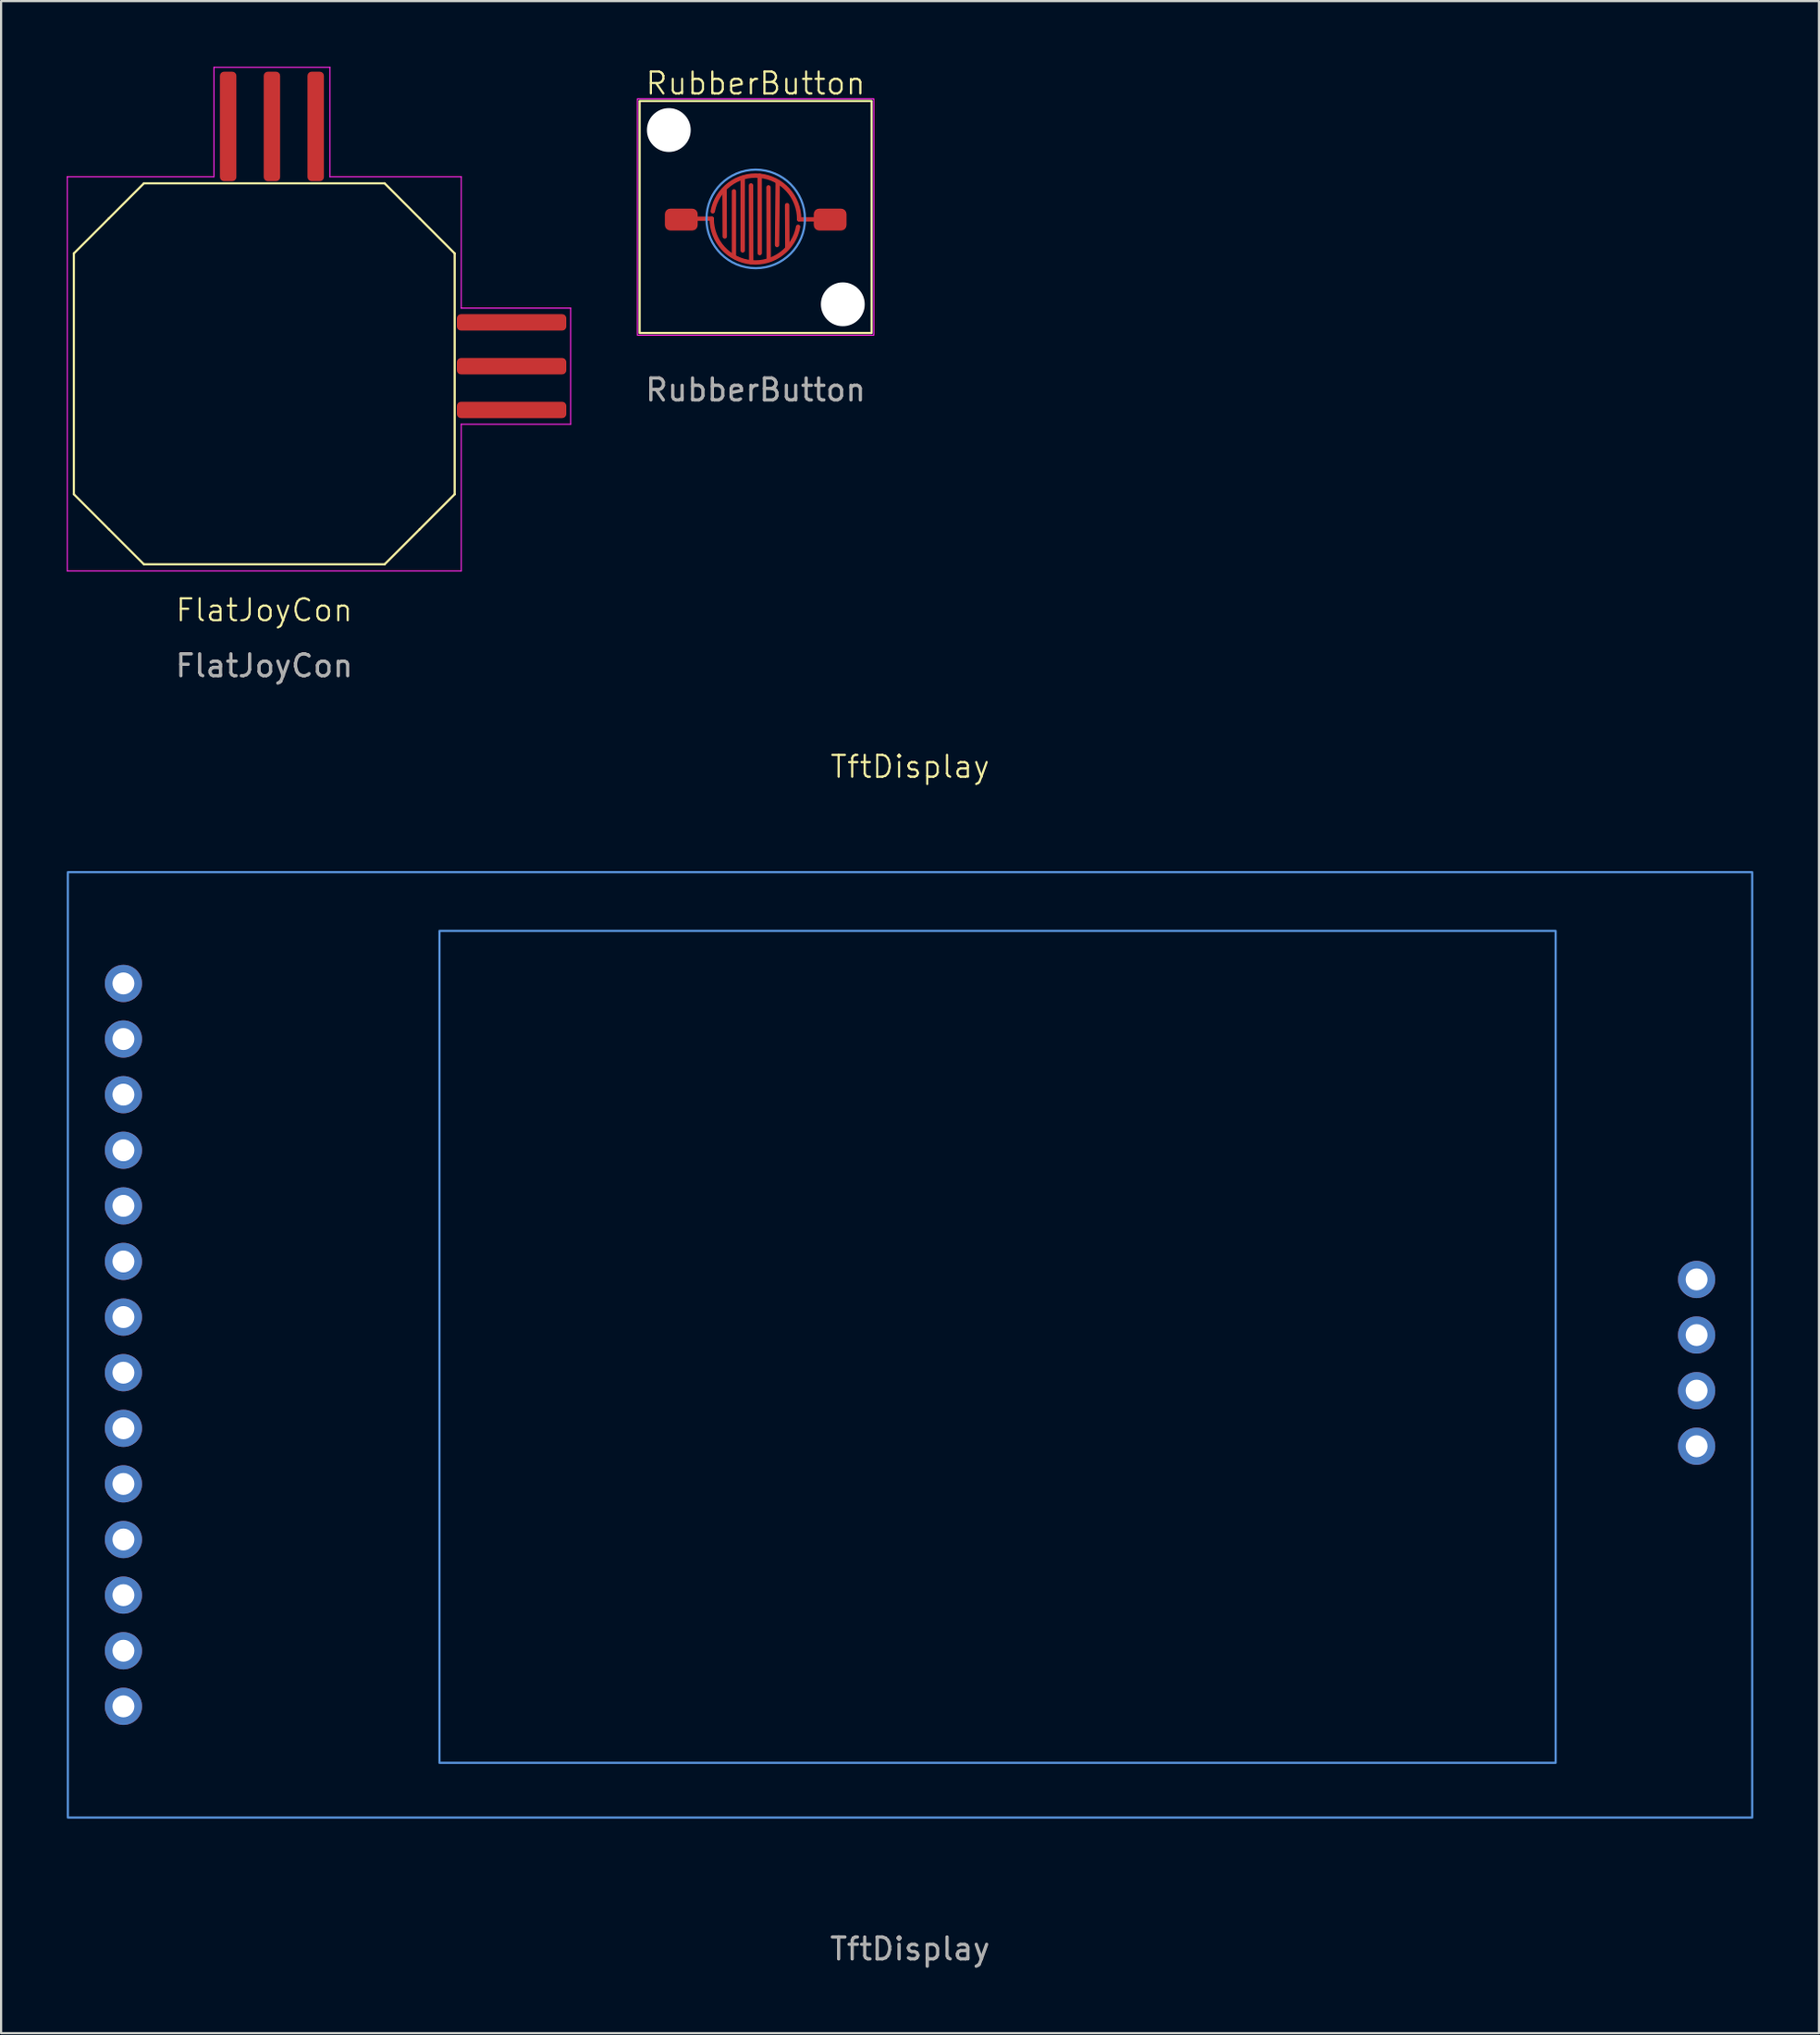
<source format=kicad_pcb>
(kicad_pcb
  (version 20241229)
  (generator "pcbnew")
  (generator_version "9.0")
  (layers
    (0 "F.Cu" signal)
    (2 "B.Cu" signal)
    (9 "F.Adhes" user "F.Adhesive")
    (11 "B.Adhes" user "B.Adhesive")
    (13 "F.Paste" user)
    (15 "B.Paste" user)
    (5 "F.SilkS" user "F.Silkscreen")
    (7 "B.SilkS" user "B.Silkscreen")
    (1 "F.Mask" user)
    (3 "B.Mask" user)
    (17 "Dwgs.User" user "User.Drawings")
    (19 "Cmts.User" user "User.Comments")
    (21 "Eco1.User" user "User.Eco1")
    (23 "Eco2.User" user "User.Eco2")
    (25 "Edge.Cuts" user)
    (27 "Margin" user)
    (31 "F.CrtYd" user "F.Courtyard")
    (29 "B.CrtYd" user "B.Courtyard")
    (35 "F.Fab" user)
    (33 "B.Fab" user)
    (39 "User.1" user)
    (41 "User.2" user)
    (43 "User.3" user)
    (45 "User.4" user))
  (footprint "RubberButton"
    (layer "F.Cu")
    (at 31.475 6.96)
    (property "Reference" "RubberButton" (at 0 -6.2 0) (unlocked yes) (layer "F.SilkS") (effects (font (size 1 1) (thickness 0.1))))
    (attr smd)
    (fp_line (start -2.004 -0.021) (end -2.735 -0.02) (stroke (width 0.2) (type default)) (layer "F.Cu"))
    (fp_line (start -1.42 -1.33) (end -1.41 0.79) (stroke (width 0.2) (type default)) (layer "F.Cu"))
    (fp_line (start -0.99 1.67) (end -0.99 -1.27) (stroke (width 0.2) (type default)) (layer "F.Cu"))
    (fp_line (start -0.59 -1.87) (end -0.59 1.43) (stroke (width 0.2) (type default)) (layer "F.Cu"))
    (fp_line (start -0.2 1.97) (end -0.21 -1.54) (stroke (width 0.2) (type default)) (layer "F.Cu"))
    (fp_line (start 0.186 -1.981) (end 0.19 1.55) (stroke (width 0.2) (type default)) (layer "F.Cu"))
    (fp_line (start 0.6 1.85) (end 0.59 -1.45) (stroke (width 0.2) (type default)) (layer "F.Cu"))
    (fp_line (start 1.01 -1.7) (end 0.98 1.18) (stroke (width 0.2) (type default)) (layer "F.Cu"))
    (fp_line (start 1.45 1.28) (end 1.44 -0.64) (stroke (width 0.2) (type default)) (layer "F.Cu"))
    (fp_line (start 1.99 0.01) (end 2.905 0.01) (stroke (width 0.2) (type default)) (layer "F.Cu"))
    (fp_arc (start -1.957245 -0.35971) (mid 0.185579 -1.981353) (end 1.99 0.01) (stroke (width 0.2) (type default)) (layer "F.Cu"))
    (fp_arc (start 1.942824 0.348357) (mid -0.2 1.97) (end -2.004421 -0.021353) (stroke (width 0.2) (type default)) (layer "F.Cu"))
    (fp_circle (center 0.005 -0.01) (end 2.255 -0.01) (stroke (width 0.1) (type solid)) (fill yes) (layer "F.Mask"))
    (fp_rect (start -5.3 -5.4) (end 5.3 5.2) (stroke (width 0.1) (type default)) (fill no) (layer "F.SilkS"))
    (fp_circle (center 0.005 -0.01) (end 2.255 -0.01) (stroke (width 0.1) (type default)) (fill no) (layer "Cmts.User"))
    (fp_rect (start -5.4 -5.5) (end 5.4 5.3) (stroke (width 0.05) (type default)) (fill no) (layer "F.CrtYd"))
    (fp_text user "${REFERENCE}" (at 0 7.8 0) (unlocked yes) (layer "F.Fab") (effects (font (size 1 1) (thickness 0.15))))
    (pad "" np_thru_hole circle (at -3.965 -4.07) (size 2 2) (drill 2) (layers "*.Cu" "*.Mask"))
    (pad "" np_thru_hole circle (at 3.985 3.89) (size 2 2) (drill 2) (layers "*.Cu" "*.Mask"))
    (pad "1" smd roundrect (at -3.395 0.02 180) (size 1.5 1) (layers "F.Cu" "F.Mask" "F.Paste") (roundrect_rratio 0.25))
    (pad "C" smd roundrect (at 3.405 0.02 180) (size 1.5 1) (layers "F.Cu" "F.Mask" "F.Paste") (roundrect_rratio 0.25)))
  (footprint "TftDisplay"
    (layer "F.Cu")
    (at 38.531 58.969)
    (property "Reference" "TftDisplay" (at 0 -27 0) (unlocked yes) (layer "F.SilkS") (effects (font (size 1 1) (thickness 0.1))))
    (attr smd)
    (fp_rect (start -21.5 -19.5) (end 29.5 18.5) (stroke (width 0.1) (type default)) (fill no) (layer "Cmts.User"))
    (fp_rect (start 38.481 21) (end -38.481 -22.18) (stroke (width 0.1) (type default)) (fill no) (layer "Cmts.User"))
    (fp_text user "${REFERENCE}" (at 0 27 0) (unlocked yes) (layer "F.Fab") (effects (font (size 1 1) (thickness 0.15))))
    (pad "1" thru_hole circle (at -35.941 -17.1) (size 1.7 1.7) (drill 1) (layers "*.Cu" "*.Mask"))
    (pad "2" thru_hole circle (at -35.941 -14.56) (size 1.7 1.7) (drill 1) (layers "*.Cu" "*.Mask"))
    (pad "3" thru_hole circle (at -35.941 -12.02) (size 1.7 1.7) (drill 1) (layers "*.Cu" "*.Mask"))
    (pad "4" thru_hole circle (at -35.941 -9.48) (size 1.7 1.7) (drill 1) (layers "*.Cu" "*.Mask"))
    (pad "5" thru_hole circle (at -35.941 -6.94) (size 1.7 1.7) (drill 1) (layers "*.Cu" "*.Mask"))
    (pad "6" thru_hole circle (at -35.941 -4.4) (size 1.7 1.7) (drill 1) (layers "*.Cu" "*.Mask"))
    (pad "7" thru_hole circle (at -35.941 -1.86) (size 1.7 1.7) (drill 1) (layers "*.Cu" "*.Mask"))
    (pad "8" thru_hole circle (at -35.941 0.68) (size 1.7 1.7) (drill 1) (layers "*.Cu" "*.Mask"))
    (pad "9" thru_hole circle (at -35.941 3.22) (size 1.7 1.7) (drill 1) (layers "*.Cu" "*.Mask"))
    (pad "10" thru_hole circle (at -35.941 5.76) (size 1.7 1.7) (drill 1) (layers "*.Cu" "*.Mask"))
    (pad "11" thru_hole circle (at -35.941 8.3) (size 1.7 1.7) (drill 1) (layers "*.Cu" "*.Mask"))
    (pad "12" thru_hole circle (at -35.941 10.84) (size 1.7 1.7) (drill 1) (layers "*.Cu" "*.Mask"))
    (pad "13" thru_hole circle (at -35.941 13.38) (size 1.7 1.7) (drill 1) (layers "*.Cu" "*.Mask"))
    (pad "14" thru_hole circle (at -35.941 15.92) (size 1.7 1.7) (drill 1) (layers "*.Cu" "*.Mask"))
    (pad "15" thru_hole circle (at 35.941 -3.58) (size 1.7 1.7) (drill 1) (layers "*.Cu" "*.Mask"))
    (pad "16" thru_hole circle (at 35.941 -1.04) (size 1.7 1.7) (drill 1) (layers "*.Cu" "*.Mask"))
    (pad "17" thru_hole circle (at 35.941 1.5) (size 1.7 1.7) (drill 1) (layers "*.Cu" "*.Mask"))
    (pad "18" thru_hole circle (at 35.941 4.04) (size 1.7 1.7) (drill 1) (layers "*.Cu" "*.Mask")))
  (footprint "FlatJoyCon"
    (layer "F.Cu")
    (at 9.025 14.025)
    (property "Reference" "FlatJoyCon" (at 0 10.795 0) (unlocked yes) (layer "F.SilkS") (effects (font (size 1 1) (thickness 0.1))))
    (attr smd)
    (fp_line (start -8.7 -5.5) (end -8.7 5.5) (stroke (width 0.1) (type default)) (layer "F.SilkS"))
    (fp_line (start -7.1 -7.1) (end -8.7 -5.5) (stroke (width 0.1) (type default)) (layer "F.SilkS"))
    (fp_line (start -7.1 -7.1) (end -5.5 -8.7) (stroke (width 0.1) (type default)) (layer "F.SilkS"))
    (fp_line (start -7.1 7.1) (end -8.7 5.5) (stroke (width 0.1) (type default)) (layer "F.SilkS"))
    (fp_line (start -7.1 7.1) (end -5.5 8.7) (stroke (width 0.1) (type default)) (layer "F.SilkS"))
    (fp_line (start -5.5 8.7) (end 5.5 8.7) (stroke (width 0.1) (type default)) (layer "F.SilkS"))
    (fp_line (start 5.5 -8.7) (end -5.5 -8.7) (stroke (width 0.1) (type default)) (layer "F.SilkS"))
    (fp_line (start 7.1 -7.1) (end 5.5 -8.7) (stroke (width 0.1) (type default)) (layer "F.SilkS"))
    (fp_line (start 7.1 -7.1) (end 8.7 -5.5) (stroke (width 0.1) (type default)) (layer "F.SilkS"))
    (fp_line (start 7.1 7.1) (end 5.5 8.7) (stroke (width 0.1) (type default)) (layer "F.SilkS"))
    (fp_line (start 7.1 7.1) (end 8.7 5.5) (stroke (width 0.1) (type default)) (layer "F.SilkS"))
    (fp_line (start 8.7 5.5) (end 8.7 -5.5) (stroke (width 0.1) (type default)) (layer "F.SilkS"))
    (fp_line (start -9 -9) (end -2.3 -9) (stroke (width 0.05) (type default)) (layer "F.CrtYd"))
    (fp_line (start -9 9) (end -9 -9) (stroke (width 0.05) (type default)) (layer "F.CrtYd"))
    (fp_line (start -2.3 -14) (end 3 -14) (stroke (width 0.05) (type default)) (layer "F.CrtYd"))
    (fp_line (start -2.3 -9) (end -2.3 -14) (stroke (width 0.05) (type default)) (layer "F.CrtYd"))
    (fp_line (start 3 -14) (end 3 -9) (stroke (width 0.05) (type default)) (layer "F.CrtYd"))
    (fp_line (start 3 -9) (end 9 -9) (stroke (width 0.05) (type default)) (layer "F.CrtYd"))
    (fp_line (start 9 -9) (end 9 -3) (stroke (width 0.05) (type default)) (layer "F.CrtYd"))
    (fp_line (start 9 -3) (end 14 -3) (stroke (width 0.05) (type default)) (layer "F.CrtYd"))
    (fp_line (start 9 2.3) (end 9 9) (stroke (width 0.05) (type default)) (layer "F.CrtYd"))
    (fp_line (start 9 9) (end -9 9) (stroke (width 0.05) (type default)) (layer "F.CrtYd"))
    (fp_line (start 14 -3) (end 14 2.3) (stroke (width 0.05) (type default)) (layer "F.CrtYd"))
    (fp_line (start 14 2.3) (end 9 2.3) (stroke (width 0.05) (type default)) (layer "F.CrtYd"))
    (fp_text user "${REFERENCE}" (at 0 13.335 0) (unlocked yes) (layer "F.Fab") (effects (font (size 1 1) (thickness 0.15))))
    (pad "1" smd roundrect (at 11.3 1.65) (size 5 0.75) (layers "F.Cu" "F.Mask" "F.Paste") (roundrect_rratio 0.25))
    (pad "2" smd roundrect (at 11.3 -0.35) (size 5 0.75) (layers "F.Cu" "F.Mask" "F.Paste") (roundrect_rratio 0.25))
    (pad "3" smd roundrect (at 11.3 -2.35) (size 5 0.75) (layers "F.Cu" "F.Mask" "F.Paste") (roundrect_rratio 0.25))
    (pad "4" smd roundrect (at 2.35 -11.3 90) (size 5 0.75) (layers "F.Cu" "F.Mask" "F.Paste") (roundrect_rratio 0.25))
    (pad "5" smd roundrect (at 0.35 -11.3 90) (size 5 0.75) (layers "F.Cu" "F.Mask" "F.Paste") (roundrect_rratio 0.25))
    (pad "6" smd roundrect (at -1.65 -11.3 90) (size 5 0.75) (layers "F.Cu" "F.Mask" "F.Paste") (roundrect_rratio 0.25)))
  (gr_rect
    (start -3 -3)
    (end 80.062 89.817)
    (stroke (width 0.1) (type default))
    (fill no)
    (layer "Edge.Cuts")))
</source>
